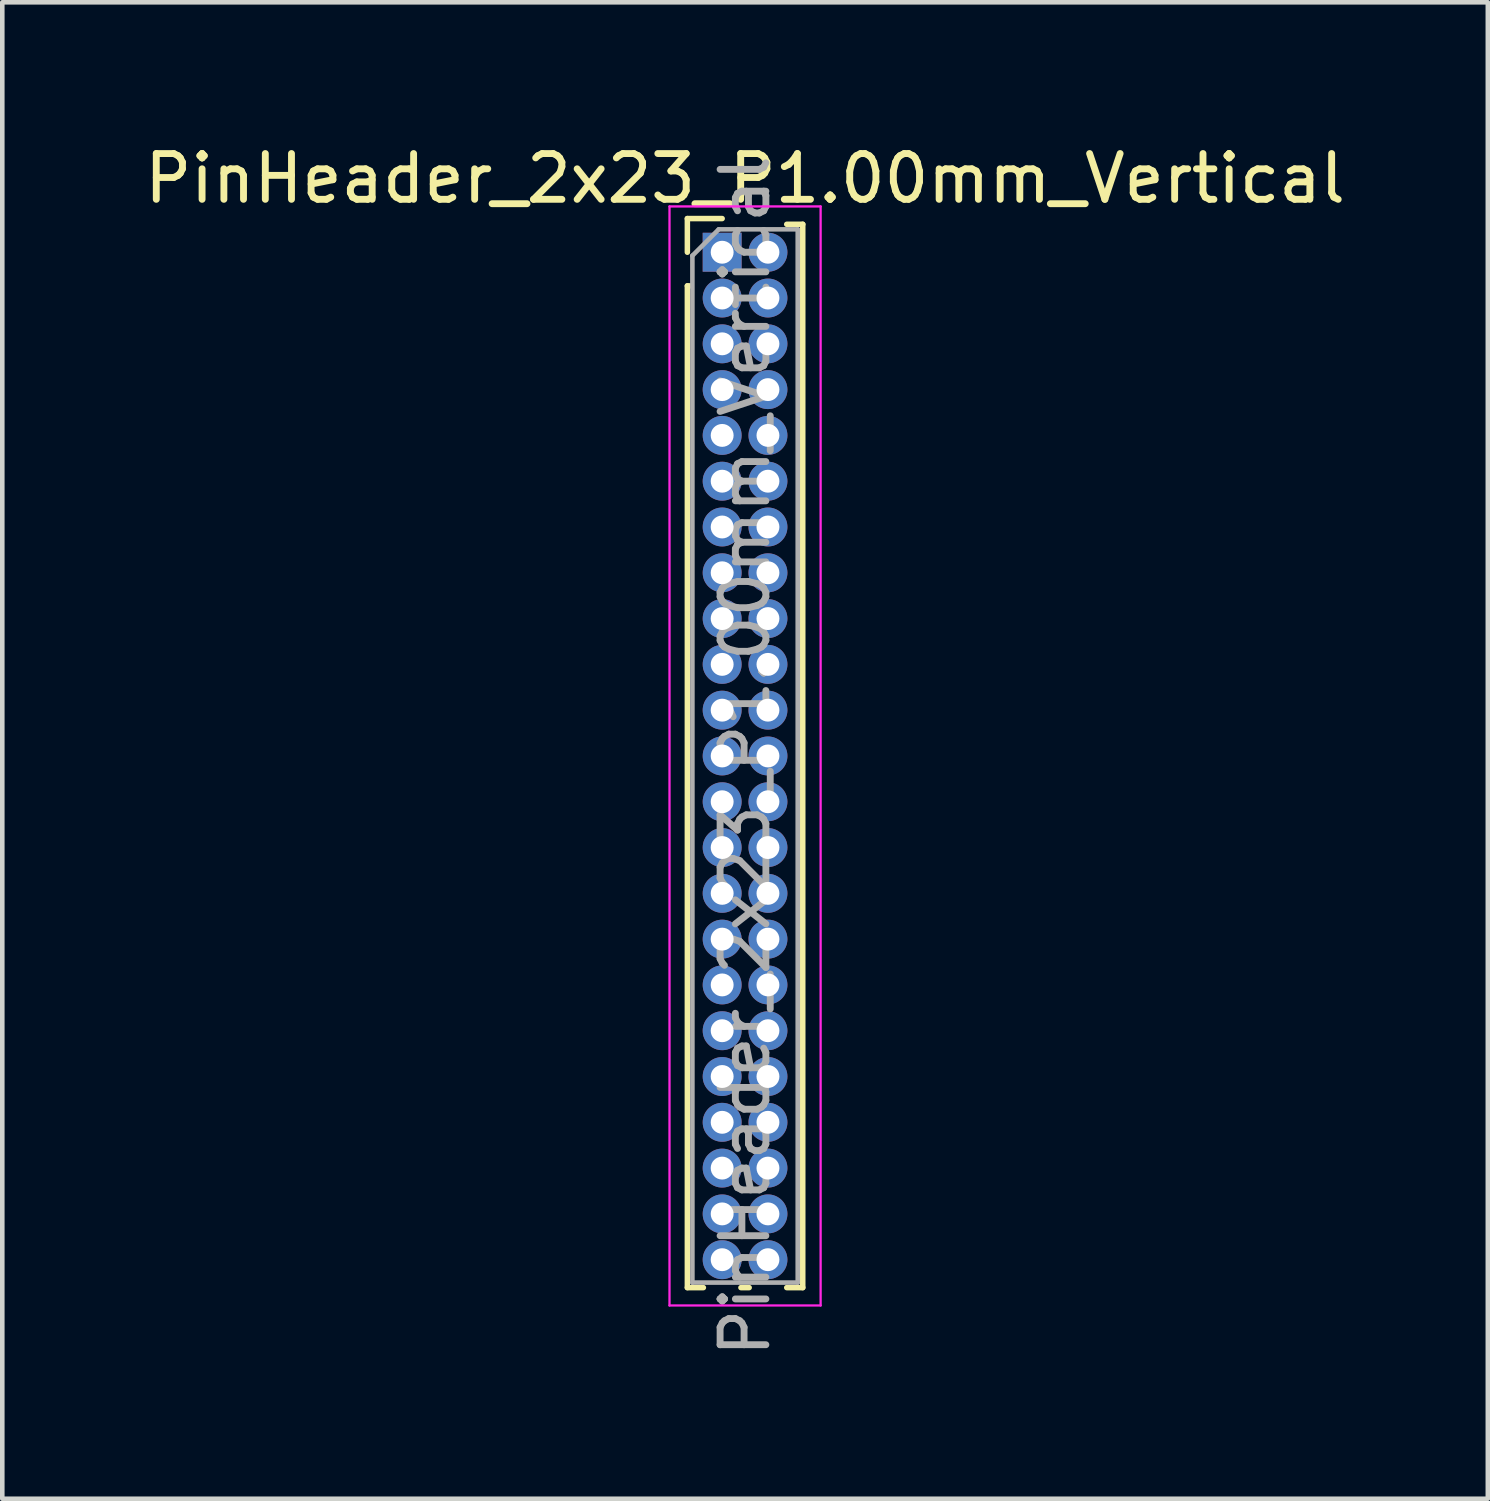
<source format=kicad_pcb>
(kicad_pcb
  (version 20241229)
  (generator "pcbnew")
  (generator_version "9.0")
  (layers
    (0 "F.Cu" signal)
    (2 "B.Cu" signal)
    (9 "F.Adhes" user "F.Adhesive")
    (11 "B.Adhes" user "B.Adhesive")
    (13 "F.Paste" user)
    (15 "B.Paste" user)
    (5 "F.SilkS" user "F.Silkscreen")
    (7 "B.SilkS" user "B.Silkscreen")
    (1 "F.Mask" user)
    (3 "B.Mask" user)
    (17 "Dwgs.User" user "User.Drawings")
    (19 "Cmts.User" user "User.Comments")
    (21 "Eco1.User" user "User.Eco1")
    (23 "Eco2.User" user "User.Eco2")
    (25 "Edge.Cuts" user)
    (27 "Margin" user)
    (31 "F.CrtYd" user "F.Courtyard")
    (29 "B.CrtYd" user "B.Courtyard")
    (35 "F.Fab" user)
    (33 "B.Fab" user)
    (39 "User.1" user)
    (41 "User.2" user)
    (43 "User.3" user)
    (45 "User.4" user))
  (footprint "PinHeader_2x23_P1.00mm_Vertical"
    (layer "F.Cu")
    (at 12.72 2.458)
    (property "Reference" "PinHeader_2x23_P1.00mm_Vertical" (at 0.5 -1.61 0) (layer "F.SilkS") (effects (font (size 1 1) (thickness 0.15))))
    (attr through_hole)
    (fp_line (start -0.76 -0.735) (end 0 -0.735) (stroke (width 0.12) (type solid)) (layer "F.SilkS"))
    (fp_line (start -0.76 0) (end -0.76 -0.735) (stroke (width 0.12) (type solid)) (layer "F.SilkS"))
    (fp_line (start -0.76 0.735) (end -0.76 22.61) (stroke (width 0.12) (type solid)) (layer "F.SilkS"))
    (fp_line (start -0.76 0.735) (end -0.686 0.735) (stroke (width 0.12) (type solid)) (layer "F.SilkS"))
    (fp_line (start -0.76 22.61) (end -0.41 22.61) (stroke (width 0.12) (type solid)) (layer "F.SilkS"))
    (fp_line (start 0.41 22.61) (end 0.59 22.61) (stroke (width 0.12) (type solid)) (layer "F.SilkS"))
    (fp_line (start 1.41 -0.61) (end 1.76 -0.61) (stroke (width 0.12) (type solid)) (layer "F.SilkS"))
    (fp_line (start 1.41 22.61) (end 1.76 22.61) (stroke (width 0.12) (type solid)) (layer "F.SilkS"))
    (fp_line (start 1.76 -0.61) (end 1.76 22.61) (stroke (width 0.12) (type solid)) (layer "F.SilkS"))
    (fp_line (start -1.15 -1) (end -1.15 23) (stroke (width 0.05) (type solid)) (layer "F.CrtYd"))
    (fp_line (start -1.15 23) (end 2.15 23) (stroke (width 0.05) (type solid)) (layer "F.CrtYd"))
    (fp_line (start 2.15 -1) (end -1.15 -1) (stroke (width 0.05) (type solid)) (layer "F.CrtYd"))
    (fp_line (start 2.15 23) (end 2.15 -1) (stroke (width 0.05) (type solid)) (layer "F.CrtYd"))
    (fp_line (start -0.65 0.075) (end -0.075 -0.5) (stroke (width 0.1) (type solid)) (layer "F.Fab"))
    (fp_line (start -0.65 22.5) (end -0.65 0.075) (stroke (width 0.1) (type solid)) (layer "F.Fab"))
    (fp_line (start -0.075 -0.5) (end 1.65 -0.5) (stroke (width 0.1) (type solid)) (layer "F.Fab"))
    (fp_line (start 1.65 -0.5) (end 1.65 22.5) (stroke (width 0.1) (type solid)) (layer "F.Fab"))
    (fp_line (start 1.65 22.5) (end -0.65 22.5) (stroke (width 0.1) (type solid)) (layer "F.Fab"))
    (fp_text user "${REFERENCE}" (at 0.5 11 90) (layer "F.Fab") (effects (font (size 1 1) (thickness 0.15))))
    (pad "1" thru_hole rect (at 0 0) (size 0.85 0.85) (drill 0.5) (layers "*.Cu" "*.Mask"))
    (pad "2" thru_hole circle (at 1 0) (size 0.85 0.85) (drill 0.5) (layers "*.Cu" "*.Mask"))
    (pad "3" thru_hole circle (at 0 1) (size 0.85 0.85) (drill 0.5) (layers "*.Cu" "*.Mask"))
    (pad "4" thru_hole circle (at 1 1) (size 0.85 0.85) (drill 0.5) (layers "*.Cu" "*.Mask"))
    (pad "5" thru_hole circle (at 0 2) (size 0.85 0.85) (drill 0.5) (layers "*.Cu" "*.Mask"))
    (pad "6" thru_hole circle (at 1 2) (size 0.85 0.85) (drill 0.5) (layers "*.Cu" "*.Mask"))
    (pad "7" thru_hole circle (at 0 3) (size 0.85 0.85) (drill 0.5) (layers "*.Cu" "*.Mask"))
    (pad "8" thru_hole circle (at 1 3) (size 0.85 0.85) (drill 0.5) (layers "*.Cu" "*.Mask"))
    (pad "9" thru_hole circle (at 0 4) (size 0.85 0.85) (drill 0.5) (layers "*.Cu" "*.Mask"))
    (pad "10" thru_hole circle (at 1 4) (size 0.85 0.85) (drill 0.5) (layers "*.Cu" "*.Mask"))
    (pad "11" thru_hole circle (at 0 5) (size 0.85 0.85) (drill 0.5) (layers "*.Cu" "*.Mask"))
    (pad "12" thru_hole circle (at 1 5) (size 0.85 0.85) (drill 0.5) (layers "*.Cu" "*.Mask"))
    (pad "13" thru_hole circle (at 0 6) (size 0.85 0.85) (drill 0.5) (layers "*.Cu" "*.Mask"))
    (pad "14" thru_hole circle (at 1 6) (size 0.85 0.85) (drill 0.5) (layers "*.Cu" "*.Mask"))
    (pad "15" thru_hole circle (at 0 7) (size 0.85 0.85) (drill 0.5) (layers "*.Cu" "*.Mask"))
    (pad "16" thru_hole circle (at 1 7) (size 0.85 0.85) (drill 0.5) (layers "*.Cu" "*.Mask"))
    (pad "17" thru_hole circle (at 0 8) (size 0.85 0.85) (drill 0.5) (layers "*.Cu" "*.Mask"))
    (pad "18" thru_hole circle (at 1 8) (size 0.85 0.85) (drill 0.5) (layers "*.Cu" "*.Mask"))
    (pad "19" thru_hole circle (at 0 9) (size 0.85 0.85) (drill 0.5) (layers "*.Cu" "*.Mask"))
    (pad "20" thru_hole circle (at 1 9) (size 0.85 0.85) (drill 0.5) (layers "*.Cu" "*.Mask"))
    (pad "21" thru_hole circle (at 0 10) (size 0.85 0.85) (drill 0.5) (layers "*.Cu" "*.Mask"))
    (pad "22" thru_hole circle (at 1 10) (size 0.85 0.85) (drill 0.5) (layers "*.Cu" "*.Mask"))
    (pad "23" thru_hole circle (at 0 11) (size 0.85 0.85) (drill 0.5) (layers "*.Cu" "*.Mask"))
    (pad "24" thru_hole circle (at 1 11) (size 0.85 0.85) (drill 0.5) (layers "*.Cu" "*.Mask"))
    (pad "25" thru_hole circle (at 0 12) (size 0.85 0.85) (drill 0.5) (layers "*.Cu" "*.Mask"))
    (pad "26" thru_hole circle (at 1 12) (size 0.85 0.85) (drill 0.5) (layers "*.Cu" "*.Mask"))
    (pad "27" thru_hole circle (at 0 13) (size 0.85 0.85) (drill 0.5) (layers "*.Cu" "*.Mask"))
    (pad "28" thru_hole circle (at 1 13) (size 0.85 0.85) (drill 0.5) (layers "*.Cu" "*.Mask"))
    (pad "29" thru_hole circle (at 0 14) (size 0.85 0.85) (drill 0.5) (layers "*.Cu" "*.Mask"))
    (pad "30" thru_hole circle (at 1 14) (size 0.85 0.85) (drill 0.5) (layers "*.Cu" "*.Mask"))
    (pad "31" thru_hole circle (at 0 15) (size 0.85 0.85) (drill 0.5) (layers "*.Cu" "*.Mask"))
    (pad "32" thru_hole circle (at 1 15) (size 0.85 0.85) (drill 0.5) (layers "*.Cu" "*.Mask"))
    (pad "33" thru_hole circle (at 0 16) (size 0.85 0.85) (drill 0.5) (layers "*.Cu" "*.Mask"))
    (pad "34" thru_hole circle (at 1 16) (size 0.85 0.85) (drill 0.5) (layers "*.Cu" "*.Mask"))
    (pad "35" thru_hole circle (at 0 17) (size 0.85 0.85) (drill 0.5) (layers "*.Cu" "*.Mask"))
    (pad "36" thru_hole circle (at 1 17) (size 0.85 0.85) (drill 0.5) (layers "*.Cu" "*.Mask"))
    (pad "37" thru_hole circle (at 0 18) (size 0.85 0.85) (drill 0.5) (layers "*.Cu" "*.Mask"))
    (pad "38" thru_hole circle (at 1 18) (size 0.85 0.85) (drill 0.5) (layers "*.Cu" "*.Mask"))
    (pad "39" thru_hole circle (at 0 19) (size 0.85 0.85) (drill 0.5) (layers "*.Cu" "*.Mask"))
    (pad "40" thru_hole circle (at 1 19) (size 0.85 0.85) (drill 0.5) (layers "*.Cu" "*.Mask"))
    (pad "41" thru_hole circle (at 0 20) (size 0.85 0.85) (drill 0.5) (layers "*.Cu" "*.Mask"))
    (pad "42" thru_hole circle (at 1 20) (size 0.85 0.85) (drill 0.5) (layers "*.Cu" "*.Mask"))
    (pad "43" thru_hole circle (at 0 21) (size 0.85 0.85) (drill 0.5) (layers "*.Cu" "*.Mask"))
    (pad "44" thru_hole circle (at 1 21) (size 0.85 0.85) (drill 0.5) (layers "*.Cu" "*.Mask"))
    (pad "45" thru_hole circle (at 0 22) (size 0.85 0.85) (drill 0.5) (layers "*.Cu" "*.Mask"))
    (pad "46" thru_hole circle (at 1 22) (size 0.85 0.85) (drill 0.5) (layers "*.Cu" "*.Mask")))
  (gr_rect
    (start -3 -3)
    (end 29.44 29.678)
    (stroke (width 0.1) (type default))
    (fill no)
    (layer "Edge.Cuts")))
</source>
